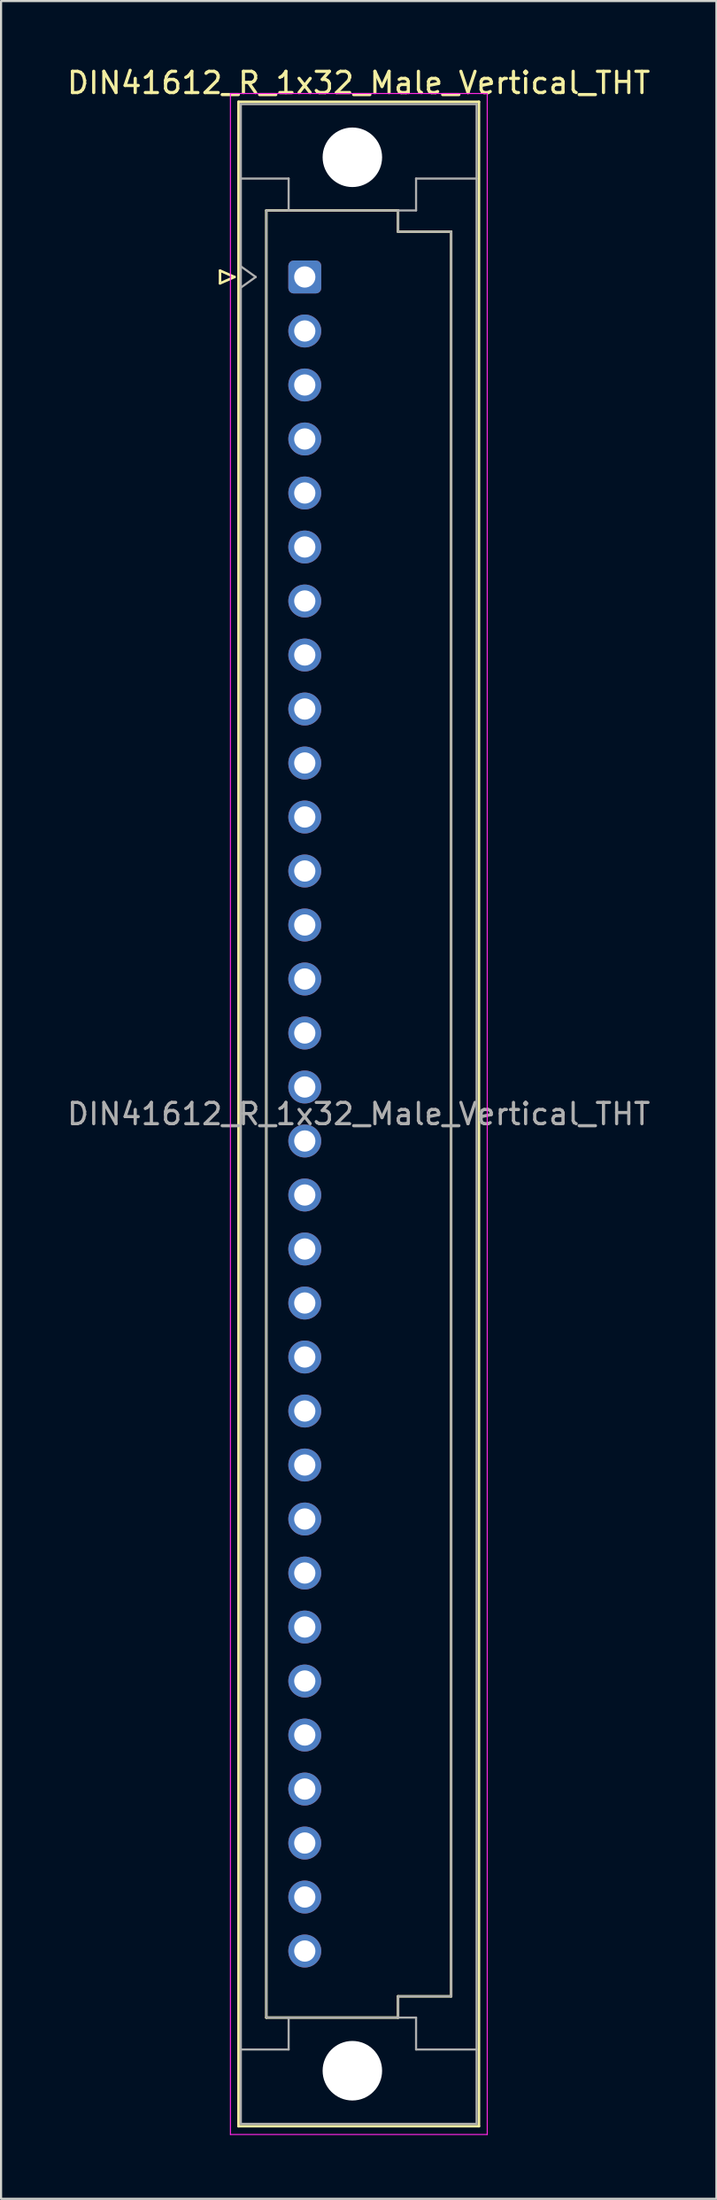
<source format=kicad_pcb>
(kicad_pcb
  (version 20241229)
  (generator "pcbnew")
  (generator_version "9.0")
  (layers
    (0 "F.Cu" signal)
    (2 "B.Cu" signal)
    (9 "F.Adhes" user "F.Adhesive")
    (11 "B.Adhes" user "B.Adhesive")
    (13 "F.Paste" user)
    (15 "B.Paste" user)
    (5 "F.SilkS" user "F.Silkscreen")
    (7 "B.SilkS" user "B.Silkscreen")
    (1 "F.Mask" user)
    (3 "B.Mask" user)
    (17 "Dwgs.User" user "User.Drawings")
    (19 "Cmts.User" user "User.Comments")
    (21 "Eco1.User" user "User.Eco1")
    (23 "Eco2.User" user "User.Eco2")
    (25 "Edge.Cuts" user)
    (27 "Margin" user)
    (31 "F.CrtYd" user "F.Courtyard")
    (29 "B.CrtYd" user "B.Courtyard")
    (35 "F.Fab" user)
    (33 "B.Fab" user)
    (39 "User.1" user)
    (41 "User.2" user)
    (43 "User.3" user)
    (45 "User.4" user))
  (footprint "DIN41612_R_1x32_Male_Vertical_THT"
    (layer "F.Cu")
    (at 11.299 9.978)
    (property "Reference" "DIN41612_R_1x32_Male_Vertical_THT" (at 2.54 -9.13 0) (layer "F.SilkS") (effects (font (size 1 1) (thickness 0.15))))
    (attr through_hole)
    (fp_line (start -3.99 -0.3) (end -3.99 0.3) (stroke (width 0.12) (type solid)) (layer "F.SilkS"))
    (fp_line (start -3.99 0.3) (end -3.31 0) (stroke (width 0.12) (type solid)) (layer "F.SilkS"))
    (fp_line (start -3.31 0) (end -3.99 -0.3) (stroke (width 0.12) (type solid)) (layer "F.SilkS"))
    (fp_line (start -3.12 -8.24) (end 8.2 -8.24) (stroke (width 0.12) (type solid)) (layer "F.SilkS"))
    (fp_line (start -3.12 86.98) (end -3.12 -8.24) (stroke (width 0.12) (type solid)) (layer "F.SilkS"))
    (fp_line (start -1.81 -3.131) (end 4.39 -3.131) (stroke (width 0.12) (type solid)) (layer "F.SilkS"))
    (fp_line (start -1.81 81.87) (end -1.81 -3.131) (stroke (width 0.12) (type solid)) (layer "F.SilkS"))
    (fp_line (start 4.39 -3.131) (end 4.39 -2.131) (stroke (width 0.12) (type solid)) (layer "F.SilkS"))
    (fp_line (start 4.39 -2.131) (end 6.89 -2.131) (stroke (width 0.12) (type solid)) (layer "F.SilkS"))
    (fp_line (start 4.39 80.87) (end 4.39 81.87) (stroke (width 0.12) (type solid)) (layer "F.SilkS"))
    (fp_line (start 4.39 81.87) (end -1.81 81.87) (stroke (width 0.12) (type solid)) (layer "F.SilkS"))
    (fp_line (start 6.89 -2.131) (end 6.89 80.87) (stroke (width 0.12) (type solid)) (layer "F.SilkS"))
    (fp_line (start 6.89 80.87) (end 4.39 80.87) (stroke (width 0.12) (type solid)) (layer "F.SilkS"))
    (fp_line (start 8.2 -8.24) (end 8.2 86.98) (stroke (width 0.12) (type solid)) (layer "F.SilkS"))
    (fp_line (start 8.2 86.98) (end -3.12 86.98) (stroke (width 0.12) (type solid)) (layer "F.SilkS"))
    (fp_line (start -3.5 -8.63) (end 8.59 -8.63) (stroke (width 0.05) (type solid)) (layer "F.CrtYd"))
    (fp_line (start -3.5 87.37) (end -3.5 -8.63) (stroke (width 0.05) (type solid)) (layer "F.CrtYd"))
    (fp_line (start 8.59 -8.63) (end 8.59 87.37) (stroke (width 0.05) (type solid)) (layer "F.CrtYd"))
    (fp_line (start 8.59 87.37) (end -3.5 87.37) (stroke (width 0.05) (type solid)) (layer "F.CrtYd"))
    (fp_line (start -3.01 -8.13) (end 8.09 -8.13) (stroke (width 0.1) (type solid)) (layer "F.Fab"))
    (fp_line (start -3.01 -4.63) (end -0.76 -4.63) (stroke (width 0.1) (type solid)) (layer "F.Fab"))
    (fp_line (start -3.01 -0.5) (end -2.31 0) (stroke (width 0.1) (type solid)) (layer "F.Fab"))
    (fp_line (start -3.01 83.37) (end -0.76 83.37) (stroke (width 0.1) (type solid)) (layer "F.Fab"))
    (fp_line (start -3.01 86.87) (end -3.01 -8.13) (stroke (width 0.1) (type solid)) (layer "F.Fab"))
    (fp_line (start -2.31 0) (end -3.01 0.5) (stroke (width 0.1) (type solid)) (layer "F.Fab"))
    (fp_line (start -1.81 -3.13) (end 4.39 -3.13) (stroke (width 0.1) (type solid)) (layer "F.Fab"))
    (fp_line (start -1.81 81.87) (end -1.81 -3.13) (stroke (width 0.1) (type solid)) (layer "F.Fab"))
    (fp_line (start -0.76 -4.63) (end -0.76 -3.13) (stroke (width 0.1) (type solid)) (layer "F.Fab"))
    (fp_line (start -0.76 83.37) (end -0.76 81.87) (stroke (width 0.1) (type solid)) (layer "F.Fab"))
    (fp_line (start 4.39 -3.13) (end 4.39 -2.13) (stroke (width 0.1) (type solid)) (layer "F.Fab"))
    (fp_line (start 4.39 -3.13) (end 5.24 -3.13) (stroke (width 0.1) (type solid)) (layer "F.Fab"))
    (fp_line (start 4.39 -2.13) (end 6.89 -2.13) (stroke (width 0.1) (type solid)) (layer "F.Fab"))
    (fp_line (start 4.39 80.87) (end 4.39 81.87) (stroke (width 0.1) (type solid)) (layer "F.Fab"))
    (fp_line (start 4.39 81.87) (end -1.81 81.87) (stroke (width 0.1) (type solid)) (layer "F.Fab"))
    (fp_line (start 4.39 81.87) (end 5.24 81.87) (stroke (width 0.1) (type solid)) (layer "F.Fab"))
    (fp_line (start 5.24 -4.63) (end 8.09 -4.63) (stroke (width 0.1) (type solid)) (layer "F.Fab"))
    (fp_line (start 5.24 -3.13) (end 5.24 -4.63) (stroke (width 0.1) (type solid)) (layer "F.Fab"))
    (fp_line (start 5.24 81.87) (end 5.24 83.37) (stroke (width 0.1) (type solid)) (layer "F.Fab"))
    (fp_line (start 5.24 83.37) (end 8.09 83.37) (stroke (width 0.1) (type solid)) (layer "F.Fab"))
    (fp_line (start 6.89 -2.13) (end 6.89 80.87) (stroke (width 0.1) (type solid)) (layer "F.Fab"))
    (fp_line (start 6.89 80.87) (end 4.39 80.87) (stroke (width 0.1) (type solid)) (layer "F.Fab"))
    (fp_line (start 8.09 -8.13) (end 8.09 86.87) (stroke (width 0.1) (type solid)) (layer "F.Fab"))
    (fp_line (start 8.09 86.87) (end -3.01 86.87) (stroke (width 0.1) (type solid)) (layer "F.Fab"))
    (fp_text user "${REFERENCE}" (at 2.54 39.37 0) (layer "F.Fab") (effects (font (size 1 1) (thickness 0.15))))
    (pad "" np_thru_hole circle (at 2.24 -5.63) (size 2.8 2.8) (drill 2.8) (layers "*.Cu" "*.Mask"))
    (pad "" np_thru_hole circle (at 2.24 84.37) (size 2.8 2.8) (drill 2.8) (layers "*.Cu" "*.Mask"))
    (pad "a1" thru_hole roundrect (at 0 0) (size 1.55 1.55) (drill 1) (layers "*.Cu" "*.Mask") (roundrect_rratio 0.161))
    (pad "a2" thru_hole circle (at 0 2.54) (size 1.55 1.55) (drill 1) (layers "*.Cu" "*.Mask"))
    (pad "a3" thru_hole circle (at 0 5.08) (size 1.55 1.55) (drill 1) (layers "*.Cu" "*.Mask"))
    (pad "a4" thru_hole circle (at 0 7.62) (size 1.55 1.55) (drill 1) (layers "*.Cu" "*.Mask"))
    (pad "a5" thru_hole circle (at 0 10.16) (size 1.55 1.55) (drill 1) (layers "*.Cu" "*.Mask"))
    (pad "a6" thru_hole circle (at 0 12.7) (size 1.55 1.55) (drill 1) (layers "*.Cu" "*.Mask"))
    (pad "a7" thru_hole circle (at 0 15.24) (size 1.55 1.55) (drill 1) (layers "*.Cu" "*.Mask"))
    (pad "a8" thru_hole circle (at 0 17.78) (size 1.55 1.55) (drill 1) (layers "*.Cu" "*.Mask"))
    (pad "a9" thru_hole circle (at 0 20.32) (size 1.55 1.55) (drill 1) (layers "*.Cu" "*.Mask"))
    (pad "a10" thru_hole circle (at 0 22.86) (size 1.55 1.55) (drill 1) (layers "*.Cu" "*.Mask"))
    (pad "a11" thru_hole circle (at 0 25.4) (size 1.55 1.55) (drill 1) (layers "*.Cu" "*.Mask"))
    (pad "a12" thru_hole circle (at 0 27.94) (size 1.55 1.55) (drill 1) (layers "*.Cu" "*.Mask"))
    (pad "a13" thru_hole circle (at 0 30.48) (size 1.55 1.55) (drill 1) (layers "*.Cu" "*.Mask"))
    (pad "a14" thru_hole circle (at 0 33.02) (size 1.55 1.55) (drill 1) (layers "*.Cu" "*.Mask"))
    (pad "a15" thru_hole circle (at 0 35.56) (size 1.55 1.55) (drill 1) (layers "*.Cu" "*.Mask"))
    (pad "a16" thru_hole circle (at 0 38.1) (size 1.55 1.55) (drill 1) (layers "*.Cu" "*.Mask"))
    (pad "a17" thru_hole circle (at 0 40.64) (size 1.55 1.55) (drill 1) (layers "*.Cu" "*.Mask"))
    (pad "a18" thru_hole circle (at 0 43.18) (size 1.55 1.55) (drill 1) (layers "*.Cu" "*.Mask"))
    (pad "a19" thru_hole circle (at 0 45.72) (size 1.55 1.55) (drill 1) (layers "*.Cu" "*.Mask"))
    (pad "a20" thru_hole circle (at 0 48.26) (size 1.55 1.55) (drill 1) (layers "*.Cu" "*.Mask"))
    (pad "a21" thru_hole circle (at 0 50.8) (size 1.55 1.55) (drill 1) (layers "*.Cu" "*.Mask"))
    (pad "a22" thru_hole circle (at 0 53.34) (size 1.55 1.55) (drill 1) (layers "*.Cu" "*.Mask"))
    (pad "a23" thru_hole circle (at 0 55.88) (size 1.55 1.55) (drill 1) (layers "*.Cu" "*.Mask"))
    (pad "a24" thru_hole circle (at 0 58.42) (size 1.55 1.55) (drill 1) (layers "*.Cu" "*.Mask"))
    (pad "a25" thru_hole circle (at 0 60.96) (size 1.55 1.55) (drill 1) (layers "*.Cu" "*.Mask"))
    (pad "a26" thru_hole circle (at 0 63.5) (size 1.55 1.55) (drill 1) (layers "*.Cu" "*.Mask"))
    (pad "a27" thru_hole circle (at 0 66.04) (size 1.55 1.55) (drill 1) (layers "*.Cu" "*.Mask"))
    (pad "a28" thru_hole circle (at 0 68.58) (size 1.55 1.55) (drill 1) (layers "*.Cu" "*.Mask"))
    (pad "a29" thru_hole circle (at 0 71.12) (size 1.55 1.55) (drill 1) (layers "*.Cu" "*.Mask"))
    (pad "a30" thru_hole circle (at 0 73.66) (size 1.55 1.55) (drill 1) (layers "*.Cu" "*.Mask"))
    (pad "a31" thru_hole circle (at 0 76.2) (size 1.55 1.55) (drill 1) (layers "*.Cu" "*.Mask"))
    (pad "a32" thru_hole circle (at 0 78.74) (size 1.55 1.55) (drill 1) (layers "*.Cu" "*.Mask")))
  (gr_rect
    (start -3 -3)
    (end 30.679 100.373)
    (stroke (width 0.1) (type default))
    (fill no)
    (layer "Edge.Cuts")))
</source>
